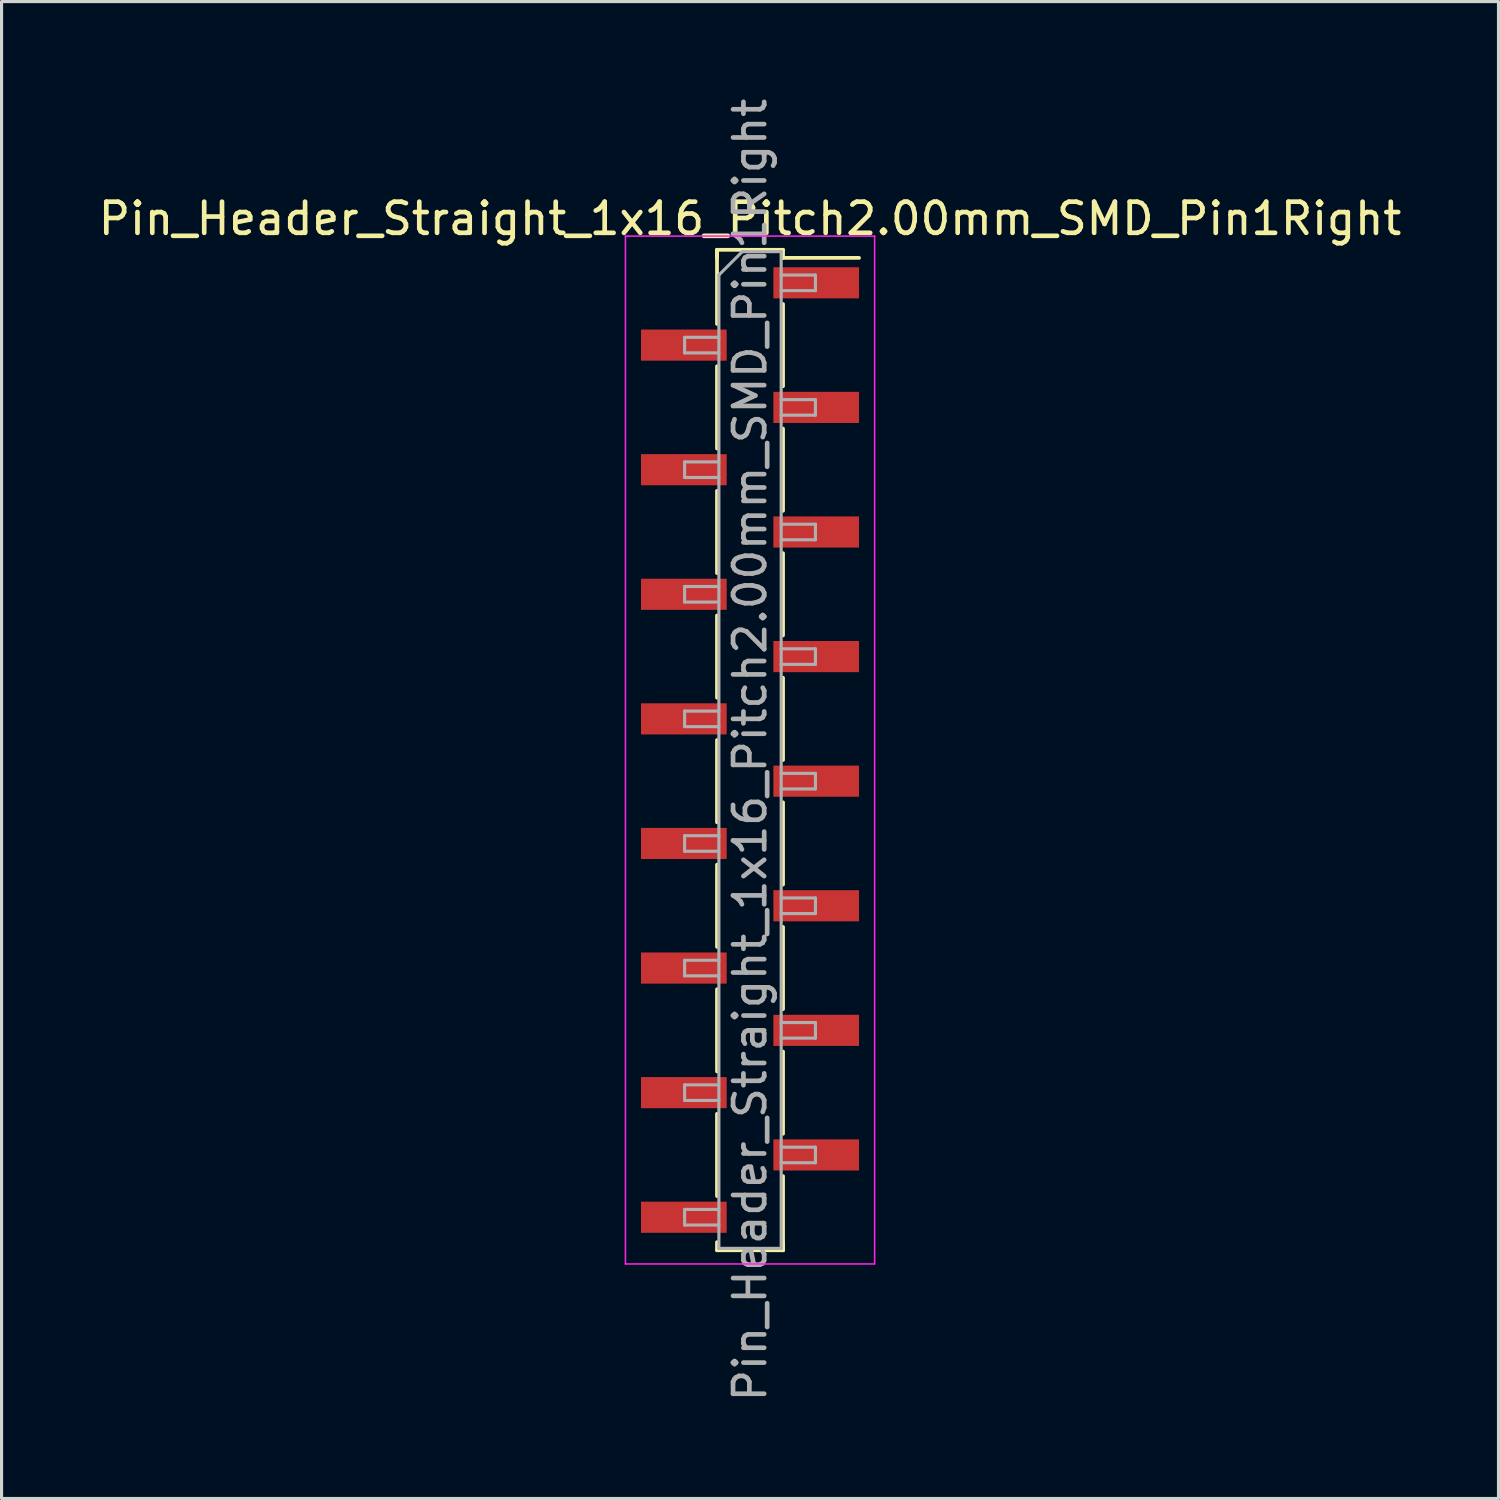
<source format=kicad_pcb>
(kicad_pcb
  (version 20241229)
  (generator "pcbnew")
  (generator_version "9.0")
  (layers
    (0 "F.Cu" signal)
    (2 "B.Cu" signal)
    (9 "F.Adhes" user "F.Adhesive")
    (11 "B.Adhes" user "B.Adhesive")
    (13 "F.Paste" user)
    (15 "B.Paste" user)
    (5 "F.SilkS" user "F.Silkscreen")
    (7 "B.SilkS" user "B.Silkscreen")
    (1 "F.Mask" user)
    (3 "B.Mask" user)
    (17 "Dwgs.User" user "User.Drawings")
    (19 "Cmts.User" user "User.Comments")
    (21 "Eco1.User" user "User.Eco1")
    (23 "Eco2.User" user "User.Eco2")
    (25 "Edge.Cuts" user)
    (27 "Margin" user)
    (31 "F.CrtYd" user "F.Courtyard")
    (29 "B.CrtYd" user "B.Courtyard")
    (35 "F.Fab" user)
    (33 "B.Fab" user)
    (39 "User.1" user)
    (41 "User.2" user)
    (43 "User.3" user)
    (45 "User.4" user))
  (footprint "Pin_Header_Straight_1x16_Pitch2.00mm_SMD_Pin1Right"
    (layer "F.Cu")
    (at 21.03 21.03)
    (property "Reference" "Pin_Header_Straight_1x16_Pitch2.00mm_SMD_Pin1Right" (at 0 -17.06 0) (layer "F.SilkS") (effects (font (size 1 1) (thickness 0.15))))
    (attr smd)
    (fp_line (start -1.06 -16.06) (end -1.06 -13.68) (stroke (width 0.12) (type solid)) (layer "F.SilkS"))
    (fp_line (start -1.06 -16.06) (end 1.06 -16.06) (stroke (width 0.12) (type solid)) (layer "F.SilkS"))
    (fp_line (start -1.06 -15.8) (end -1.06 -16.06) (stroke (width 0.12) (type solid)) (layer "F.SilkS"))
    (fp_line (start -1.06 -12.32) (end -1.06 -9.68) (stroke (width 0.12) (type solid)) (layer "F.SilkS"))
    (fp_line (start -1.06 -8.32) (end -1.06 -5.68) (stroke (width 0.12) (type solid)) (layer "F.SilkS"))
    (fp_line (start -1.06 -4.32) (end -1.06 -1.68) (stroke (width 0.12) (type solid)) (layer "F.SilkS"))
    (fp_line (start -1.06 -0.32) (end -1.06 2.32) (stroke (width 0.12) (type solid)) (layer "F.SilkS"))
    (fp_line (start -1.06 3.68) (end -1.06 6.32) (stroke (width 0.12) (type solid)) (layer "F.SilkS"))
    (fp_line (start -1.06 7.68) (end -1.06 10.32) (stroke (width 0.12) (type solid)) (layer "F.SilkS"))
    (fp_line (start -1.06 11.68) (end -1.06 14.32) (stroke (width 0.12) (type solid)) (layer "F.SilkS"))
    (fp_line (start -1.06 15.8) (end -1.06 16.06) (stroke (width 0.12) (type solid)) (layer "F.SilkS"))
    (fp_line (start -1.06 16.06) (end 1.06 16.06) (stroke (width 0.12) (type solid)) (layer "F.SilkS"))
    (fp_line (start 1.06 -16.06) (end 1.06 -15.8) (stroke (width 0.12) (type solid)) (layer "F.SilkS"))
    (fp_line (start 1.06 -15.8) (end 3.5 -15.8) (stroke (width 0.12) (type solid)) (layer "F.SilkS"))
    (fp_line (start 1.06 -14.32) (end 1.06 -11.68) (stroke (width 0.12) (type solid)) (layer "F.SilkS"))
    (fp_line (start 1.06 -10.32) (end 1.06 -7.68) (stroke (width 0.12) (type solid)) (layer "F.SilkS"))
    (fp_line (start 1.06 -6.32) (end 1.06 -3.68) (stroke (width 0.12) (type solid)) (layer "F.SilkS"))
    (fp_line (start 1.06 -2.32) (end 1.06 0.32) (stroke (width 0.12) (type solid)) (layer "F.SilkS"))
    (fp_line (start 1.06 1.68) (end 1.06 4.32) (stroke (width 0.12) (type solid)) (layer "F.SilkS"))
    (fp_line (start 1.06 5.68) (end 1.06 8.32) (stroke (width 0.12) (type solid)) (layer "F.SilkS"))
    (fp_line (start 1.06 9.68) (end 1.06 12.32) (stroke (width 0.12) (type solid)) (layer "F.SilkS"))
    (fp_line (start 1.06 13.68) (end 1.06 16.06) (stroke (width 0.12) (type solid)) (layer "F.SilkS"))
    (fp_line (start 1.06 16.06) (end 1.06 15.8) (stroke (width 0.12) (type solid)) (layer "F.SilkS"))
    (fp_line (start -4 -16.5) (end -4 16.5) (stroke (width 0.05) (type solid)) (layer "F.CrtYd"))
    (fp_line (start -4 16.5) (end 4 16.5) (stroke (width 0.05) (type solid)) (layer "F.CrtYd"))
    (fp_line (start 4 -16.5) (end -4 -16.5) (stroke (width 0.05) (type solid)) (layer "F.CrtYd"))
    (fp_line (start 4 16.5) (end 4 -16.5) (stroke (width 0.05) (type solid)) (layer "F.CrtYd"))
    (fp_line (start -2.1 -13.25) (end -2.1 -12.75) (stroke (width 0.1) (type solid)) (layer "F.Fab"))
    (fp_line (start -2.1 -12.75) (end -1 -12.75) (stroke (width 0.1) (type solid)) (layer "F.Fab"))
    (fp_line (start -2.1 -9.25) (end -2.1 -8.75) (stroke (width 0.1) (type solid)) (layer "F.Fab"))
    (fp_line (start -2.1 -8.75) (end -1 -8.75) (stroke (width 0.1) (type solid)) (layer "F.Fab"))
    (fp_line (start -2.1 -5.25) (end -2.1 -4.75) (stroke (width 0.1) (type solid)) (layer "F.Fab"))
    (fp_line (start -2.1 -4.75) (end -1 -4.75) (stroke (width 0.1) (type solid)) (layer "F.Fab"))
    (fp_line (start -2.1 -1.25) (end -2.1 -0.75) (stroke (width 0.1) (type solid)) (layer "F.Fab"))
    (fp_line (start -2.1 -0.75) (end -1 -0.75) (stroke (width 0.1) (type solid)) (layer "F.Fab"))
    (fp_line (start -2.1 2.75) (end -2.1 3.25) (stroke (width 0.1) (type solid)) (layer "F.Fab"))
    (fp_line (start -2.1 3.25) (end -1 3.25) (stroke (width 0.1) (type solid)) (layer "F.Fab"))
    (fp_line (start -2.1 6.75) (end -2.1 7.25) (stroke (width 0.1) (type solid)) (layer "F.Fab"))
    (fp_line (start -2.1 7.25) (end -1 7.25) (stroke (width 0.1) (type solid)) (layer "F.Fab"))
    (fp_line (start -2.1 10.75) (end -2.1 11.25) (stroke (width 0.1) (type solid)) (layer "F.Fab"))
    (fp_line (start -2.1 11.25) (end -1 11.25) (stroke (width 0.1) (type solid)) (layer "F.Fab"))
    (fp_line (start -2.1 14.75) (end -2.1 15.25) (stroke (width 0.1) (type solid)) (layer "F.Fab"))
    (fp_line (start -2.1 15.25) (end -1 15.25) (stroke (width 0.1) (type solid)) (layer "F.Fab"))
    (fp_line (start -1 -15.25) (end -0.25 -16) (stroke (width 0.1) (type solid)) (layer "F.Fab"))
    (fp_line (start -1 -13.25) (end -2.1 -13.25) (stroke (width 0.1) (type solid)) (layer "F.Fab"))
    (fp_line (start -1 -9.25) (end -2.1 -9.25) (stroke (width 0.1) (type solid)) (layer "F.Fab"))
    (fp_line (start -1 -5.25) (end -2.1 -5.25) (stroke (width 0.1) (type solid)) (layer "F.Fab"))
    (fp_line (start -1 -1.25) (end -2.1 -1.25) (stroke (width 0.1) (type solid)) (layer "F.Fab"))
    (fp_line (start -1 2.75) (end -2.1 2.75) (stroke (width 0.1) (type solid)) (layer "F.Fab"))
    (fp_line (start -1 6.75) (end -2.1 6.75) (stroke (width 0.1) (type solid)) (layer "F.Fab"))
    (fp_line (start -1 10.75) (end -2.1 10.75) (stroke (width 0.1) (type solid)) (layer "F.Fab"))
    (fp_line (start -1 14.75) (end -2.1 14.75) (stroke (width 0.1) (type solid)) (layer "F.Fab"))
    (fp_line (start -1 16) (end -1 -15.25) (stroke (width 0.1) (type solid)) (layer "F.Fab"))
    (fp_line (start -0.25 -16) (end 1 -16) (stroke (width 0.1) (type solid)) (layer "F.Fab"))
    (fp_line (start 1 -16) (end 1 16) (stroke (width 0.1) (type solid)) (layer "F.Fab"))
    (fp_line (start 1 -15.25) (end 2.1 -15.25) (stroke (width 0.1) (type solid)) (layer "F.Fab"))
    (fp_line (start 1 -11.25) (end 2.1 -11.25) (stroke (width 0.1) (type solid)) (layer "F.Fab"))
    (fp_line (start 1 -7.25) (end 2.1 -7.25) (stroke (width 0.1) (type solid)) (layer "F.Fab"))
    (fp_line (start 1 -3.25) (end 2.1 -3.25) (stroke (width 0.1) (type solid)) (layer "F.Fab"))
    (fp_line (start 1 0.75) (end 2.1 0.75) (stroke (width 0.1) (type solid)) (layer "F.Fab"))
    (fp_line (start 1 4.75) (end 2.1 4.75) (stroke (width 0.1) (type solid)) (layer "F.Fab"))
    (fp_line (start 1 8.75) (end 2.1 8.75) (stroke (width 0.1) (type solid)) (layer "F.Fab"))
    (fp_line (start 1 12.75) (end 2.1 12.75) (stroke (width 0.1) (type solid)) (layer "F.Fab"))
    (fp_line (start 1 16) (end -1 16) (stroke (width 0.1) (type solid)) (layer "F.Fab"))
    (fp_line (start 2.1 -15.25) (end 2.1 -14.75) (stroke (width 0.1) (type solid)) (layer "F.Fab"))
    (fp_line (start 2.1 -14.75) (end 1 -14.75) (stroke (width 0.1) (type solid)) (layer "F.Fab"))
    (fp_line (start 2.1 -11.25) (end 2.1 -10.75) (stroke (width 0.1) (type solid)) (layer "F.Fab"))
    (fp_line (start 2.1 -10.75) (end 1 -10.75) (stroke (width 0.1) (type solid)) (layer "F.Fab"))
    (fp_line (start 2.1 -7.25) (end 2.1 -6.75) (stroke (width 0.1) (type solid)) (layer "F.Fab"))
    (fp_line (start 2.1 -6.75) (end 1 -6.75) (stroke (width 0.1) (type solid)) (layer "F.Fab"))
    (fp_line (start 2.1 -3.25) (end 2.1 -2.75) (stroke (width 0.1) (type solid)) (layer "F.Fab"))
    (fp_line (start 2.1 -2.75) (end 1 -2.75) (stroke (width 0.1) (type solid)) (layer "F.Fab"))
    (fp_line (start 2.1 0.75) (end 2.1 1.25) (stroke (width 0.1) (type solid)) (layer "F.Fab"))
    (fp_line (start 2.1 1.25) (end 1 1.25) (stroke (width 0.1) (type solid)) (layer "F.Fab"))
    (fp_line (start 2.1 4.75) (end 2.1 5.25) (stroke (width 0.1) (type solid)) (layer "F.Fab"))
    (fp_line (start 2.1 5.25) (end 1 5.25) (stroke (width 0.1) (type solid)) (layer "F.Fab"))
    (fp_line (start 2.1 8.75) (end 2.1 9.25) (stroke (width 0.1) (type solid)) (layer "F.Fab"))
    (fp_line (start 2.1 9.25) (end 1 9.25) (stroke (width 0.1) (type solid)) (layer "F.Fab"))
    (fp_line (start 2.1 12.75) (end 2.1 13.25) (stroke (width 0.1) (type solid)) (layer "F.Fab"))
    (fp_line (start 2.1 13.25) (end 1 13.25) (stroke (width 0.1) (type solid)) (layer "F.Fab"))
    (fp_text user "${REFERENCE}" (at 0 0 90) (layer "F.Fab") (effects (font (size 1 1) (thickness 0.15))))
    (pad "1" smd rect (at 2.125 -15) (size 2.75 1) (layers "F.Cu" "F.Mask" "F.Paste"))
    (pad "2" smd rect (at -2.125 -13) (size 2.75 1) (layers "F.Cu" "F.Mask" "F.Paste"))
    (pad "3" smd rect (at 2.125 -11) (size 2.75 1) (layers "F.Cu" "F.Mask" "F.Paste"))
    (pad "4" smd rect (at -2.125 -9) (size 2.75 1) (layers "F.Cu" "F.Mask" "F.Paste"))
    (pad "5" smd rect (at 2.125 -7) (size 2.75 1) (layers "F.Cu" "F.Mask" "F.Paste"))
    (pad "6" smd rect (at -2.125 -5) (size 2.75 1) (layers "F.Cu" "F.Mask" "F.Paste"))
    (pad "7" smd rect (at 2.125 -3) (size 2.75 1) (layers "F.Cu" "F.Mask" "F.Paste"))
    (pad "8" smd rect (at -2.125 -1) (size 2.75 1) (layers "F.Cu" "F.Mask" "F.Paste"))
    (pad "9" smd rect (at 2.125 1) (size 2.75 1) (layers "F.Cu" "F.Mask" "F.Paste"))
    (pad "10" smd rect (at -2.125 3) (size 2.75 1) (layers "F.Cu" "F.Mask" "F.Paste"))
    (pad "11" smd rect (at 2.125 5) (size 2.75 1) (layers "F.Cu" "F.Mask" "F.Paste"))
    (pad "12" smd rect (at -2.125 7) (size 2.75 1) (layers "F.Cu" "F.Mask" "F.Paste"))
    (pad "13" smd rect (at 2.125 9) (size 2.75 1) (layers "F.Cu" "F.Mask" "F.Paste"))
    (pad "14" smd rect (at -2.125 11) (size 2.75 1) (layers "F.Cu" "F.Mask" "F.Paste"))
    (pad "15" smd rect (at 2.125 13) (size 2.75 1) (layers "F.Cu" "F.Mask" "F.Paste"))
    (pad "16" smd rect (at -2.125 15) (size 2.75 1) (layers "F.Cu" "F.Mask" "F.Paste")))
  (gr_rect
    (start -3 -3)
    (end 45.06 45.06)
    (stroke (width 0.1) (type default))
    (fill no)
    (layer "Edge.Cuts")))
</source>
